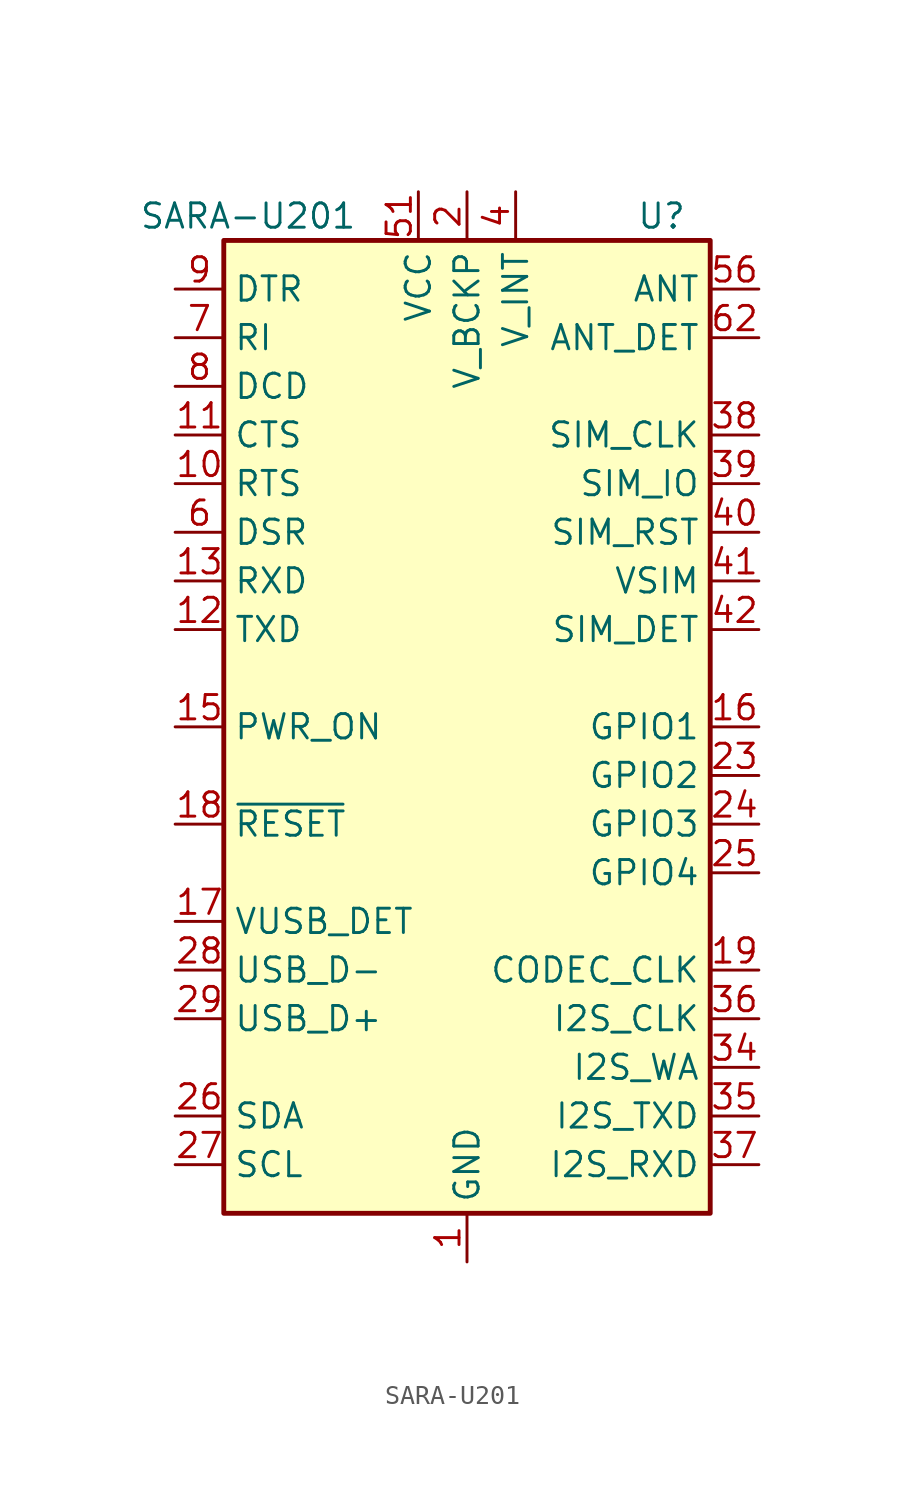
<source format=kicad_sym>
(kicad_symbol_lib
  (version 20201005)
  (generator kicad_symbol_editor)
  (symbol "SARA-U201"
    (property "Reference" "U"
      (at 10.16 26.67 0)
      (effects (font (size 1.27 1.27))))
    (property "Value" "SARA-U201"
      (at -11.43 26.67 0)
      (effects (font (size 1.27 1.27))))
    (symbol "SARA-U201_0_1"
      (rectangle (start -12.7 25.4) (end 12.7 -25.4) (stroke (width 0.254)) (fill (type background))))
    (symbol "SARA-U201_1_1"
      (pin power_in line (at 0 -27.94 90) (length 2.54) (name "GND" (effects (font (size 1.27 1.27)))) (number "1" (effects (font (size 1.27 1.27)))))
      (pin input line (at -15.24 12.7 0) (length 2.54) (name "RTS" (effects (font (size 1.27 1.27)))) (number "10" (effects (font (size 1.27 1.27)))))
      (pin output line (at -15.24 15.24 0) (length 2.54) (name "CTS" (effects (font (size 1.27 1.27)))) (number "11" (effects (font (size 1.27 1.27)))))
      (pin input line (at -15.24 5.08 0) (length 2.54) (name "TXD" (effects (font (size 1.27 1.27)))) (number "12" (effects (font (size 1.27 1.27)))))
      (pin output line (at -15.24 7.62 0) (length 2.54) (name "RXD" (effects (font (size 1.27 1.27)))) (number "13" (effects (font (size 1.27 1.27)))))
      (pin passive line (at 0 -27.94 90) (length 2.54) hide (name "GND" (effects (font (size 1.27 1.27)))) (number "14" (effects (font (size 1.27 1.27)))))
      (pin input line (at -15.24 0 0) (length 2.54) (name "PWR_ON" (effects (font (size 1.27 1.27)))) (number "15" (effects (font (size 1.27 1.27)))))
      (pin bidirectional line (at 15.24 0 180) (length 2.54) (name "GPIO1" (effects (font (size 1.27 1.27)))) (number "16" (effects (font (size 1.27 1.27)))))
      (pin input line (at -15.24 -10.16 0) (length 2.54) (name "VUSB_DET" (effects (font (size 1.27 1.27)))) (number "17" (effects (font (size 1.27 1.27)))))
      (pin input line (at -15.24 -5.08 0) (length 2.54) (name "~RESET" (effects (font (size 1.27 1.27)))) (number "18" (effects (font (size 1.27 1.27)))))
      (pin output line (at 15.24 -12.7 180) (length 2.54) (name "CODEC_CLK" (effects (font (size 1.27 1.27)))) (number "19" (effects (font (size 1.27 1.27)))))
      (pin power_out line (at 0 27.94 270) (length 2.54) (name "V_BCKP" (effects (font (size 1.27 1.27)))) (number "2" (effects (font (size 1.27 1.27)))))
      (pin passive line (at 0 -27.94 90) (length 2.54) hide (name "GND" (effects (font (size 1.27 1.27)))) (number "20" (effects (font (size 1.27 1.27)))))
      (pin passive line (at 0 -27.94 90) (length 2.54) hide (name "GND" (effects (font (size 1.27 1.27)))) (number "21" (effects (font (size 1.27 1.27)))))
      (pin passive line (at 0 -27.94 90) (length 2.54) hide (name "GND" (effects (font (size 1.27 1.27)))) (number "22" (effects (font (size 1.27 1.27)))))
      (pin bidirectional line (at 15.24 -2.54 180) (length 2.54) (name "GPIO2" (effects (font (size 1.27 1.27)))) (number "23" (effects (font (size 1.27 1.27)))))
      (pin bidirectional line (at 15.24 -5.08 180) (length 2.54) (name "GPIO3" (effects (font (size 1.27 1.27)))) (number "24" (effects (font (size 1.27 1.27)))))
      (pin bidirectional line (at 15.24 -7.62 180) (length 2.54) (name "GPIO4" (effects (font (size 1.27 1.27)))) (number "25" (effects (font (size 1.27 1.27)))))
      (pin bidirectional line (at -15.24 -20.32 0) (length 2.54) (name "SDA" (effects (font (size 1.27 1.27)))) (number "26" (effects (font (size 1.27 1.27)))))
      (pin output line (at -15.24 -22.86 0) (length 2.54) (name "SCL" (effects (font (size 1.27 1.27)))) (number "27" (effects (font (size 1.27 1.27)))))
      (pin bidirectional line (at -15.24 -12.7 0) (length 2.54) (name "USB_D-" (effects (font (size 1.27 1.27)))) (number "28" (effects (font (size 1.27 1.27)))))
      (pin bidirectional line (at -15.24 -15.24 0) (length 2.54) (name "USB_D+" (effects (font (size 1.27 1.27)))) (number "29" (effects (font (size 1.27 1.27)))))
      (pin passive line (at 0 -27.94 90) (length 2.54) hide (name "GND" (effects (font (size 1.27 1.27)))) (number "3" (effects (font (size 1.27 1.27)))))
      (pin passive line (at 0 -27.94 90) (length 2.54) hide (name "GND" (effects (font (size 1.27 1.27)))) (number "30" (effects (font (size 1.27 1.27)))))
      (pin no_connect line (at -12.7 2.54 0) (length 2.54) hide (name "RSVD" (effects (font (size 1.27 1.27)))) (number "31" (effects (font (size 1.27 1.27)))))
      (pin passive line (at 0 -27.94 90) (length 2.54) hide (name "GND" (effects (font (size 1.27 1.27)))) (number "32" (effects (font (size 1.27 1.27)))))
      (pin no_connect line (at -12.7 -2.54 0) (length 2.54) hide (name "RSVD" (effects (font (size 1.27 1.27)))) (number "33" (effects (font (size 1.27 1.27)))))
      (pin bidirectional line (at 15.24 -17.78 180) (length 2.54) (name "I2S_WA" (effects (font (size 1.27 1.27)))) (number "34" (effects (font (size 1.27 1.27)))))
      (pin output line (at 15.24 -20.32 180) (length 2.54) (name "I2S_TXD" (effects (font (size 1.27 1.27)))) (number "35" (effects (font (size 1.27 1.27)))))
      (pin output line (at 15.24 -15.24 180) (length 2.54) (name "I2S_CLK" (effects (font (size 1.27 1.27)))) (number "36" (effects (font (size 1.27 1.27)))))
      (pin input line (at 15.24 -22.86 180) (length 2.54) (name "I2S_RXD" (effects (font (size 1.27 1.27)))) (number "37" (effects (font (size 1.27 1.27)))))
      (pin output line (at 15.24 15.24 180) (length 2.54) (name "SIM_CLK" (effects (font (size 1.27 1.27)))) (number "38" (effects (font (size 1.27 1.27)))))
      (pin bidirectional line (at 15.24 12.7 180) (length 2.54) (name "SIM_IO" (effects (font (size 1.27 1.27)))) (number "39" (effects (font (size 1.27 1.27)))))
      (pin power_out line (at 2.54 27.94 270) (length 2.54) (name "V_INT" (effects (font (size 1.27 1.27)))) (number "4" (effects (font (size 1.27 1.27)))))
      (pin output line (at 15.24 10.16 180) (length 2.54) (name "SIM_RST" (effects (font (size 1.27 1.27)))) (number "40" (effects (font (size 1.27 1.27)))))
      (pin power_out line (at 15.24 7.62 180) (length 2.54) (name "VSIM" (effects (font (size 1.27 1.27)))) (number "41" (effects (font (size 1.27 1.27)))))
      (pin input line (at 15.24 5.08 180) (length 2.54) (name "SIM_DET" (effects (font (size 1.27 1.27)))) (number "42" (effects (font (size 1.27 1.27)))))
      (pin passive line (at 0 -27.94 90) (length 2.54) hide (name "GND" (effects (font (size 1.27 1.27)))) (number "43" (effects (font (size 1.27 1.27)))))
      (pin no_connect line (at -12.7 -7.62 0) (length 2.54) hide (name "RSVD" (effects (font (size 1.27 1.27)))) (number "44" (effects (font (size 1.27 1.27)))))
      (pin no_connect line (at -12.7 -17.78 0) (length 2.54) hide (name "RSVD" (effects (font (size 1.27 1.27)))) (number "45" (effects (font (size 1.27 1.27)))))
      (pin no_connect line (at -2.54 -25.4 90) (length 2.54) hide (name "RSVD" (effects (font (size 1.27 1.27)))) (number "46" (effects (font (size 1.27 1.27)))))
      (pin no_connect line (at 12.7 -10.16 180) (length 2.54) hide (name "RSVD" (effects (font (size 1.27 1.27)))) (number "47" (effects (font (size 1.27 1.27)))))
      (pin no_connect line (at 12.7 2.54 180) (length 2.54) hide (name "RSVD" (effects (font (size 1.27 1.27)))) (number "48" (effects (font (size 1.27 1.27)))))
      (pin no_connect line (at 12.7 17.78 180) (length 2.54) hide (name "RSVD" (effects (font (size 1.27 1.27)))) (number "49" (effects (font (size 1.27 1.27)))))
      (pin passive line (at 0 -27.94 90) (length 2.54) hide (name "GND" (effects (font (size 1.27 1.27)))) (number "5" (effects (font (size 1.27 1.27)))))
      (pin passive line (at 0 -27.94 90) (length 2.54) hide (name "GND" (effects (font (size 1.27 1.27)))) (number "50" (effects (font (size 1.27 1.27)))))
      (pin power_in line (at -2.54 27.94 270) (length 2.54) (name "VCC" (effects (font (size 1.27 1.27)))) (number "51" (effects (font (size 1.27 1.27)))))
      (pin passive line (at -2.54 27.94 270) (length 2.54) hide (name "VCC" (effects (font (size 1.27 1.27)))) (number "52" (effects (font (size 1.27 1.27)))))
      (pin passive line (at -2.54 27.94 270) (length 2.54) hide (name "VCC" (effects (font (size 1.27 1.27)))) (number "53" (effects (font (size 1.27 1.27)))))
      (pin passive line (at 0 -27.94 90) (length 2.54) hide (name "GND" (effects (font (size 1.27 1.27)))) (number "54" (effects (font (size 1.27 1.27)))))
      (pin passive line (at 0 -27.94 90) (length 2.54) hide (name "GND" (effects (font (size 1.27 1.27)))) (number "55" (effects (font (size 1.27 1.27)))))
      (pin passive line (at 15.24 22.86 180) (length 2.54) (name "ANT" (effects (font (size 1.27 1.27)))) (number "56" (effects (font (size 1.27 1.27)))))
      (pin passive line (at 0 -27.94 90) (length 2.54) hide (name "GND" (effects (font (size 1.27 1.27)))) (number "57" (effects (font (size 1.27 1.27)))))
      (pin passive line (at 0 -27.94 90) (length 2.54) hide (name "GND" (effects (font (size 1.27 1.27)))) (number "58" (effects (font (size 1.27 1.27)))))
      (pin passive line (at 0 -27.94 90) (length 2.54) hide (name "GND" (effects (font (size 1.27 1.27)))) (number "59" (effects (font (size 1.27 1.27)))))
      (pin output line (at -15.24 10.16 0) (length 2.54) (name "DSR" (effects (font (size 1.27 1.27)))) (number "6" (effects (font (size 1.27 1.27)))))
      (pin passive line (at 0 -27.94 90) (length 2.54) hide (name "GND" (effects (font (size 1.27 1.27)))) (number "60" (effects (font (size 1.27 1.27)))))
      (pin passive line (at 0 -27.94 90) (length 2.54) hide (name "GND" (effects (font (size 1.27 1.27)))) (number "61" (effects (font (size 1.27 1.27)))))
      (pin input line (at 15.24 20.32 180) (length 2.54) (name "ANT_DET" (effects (font (size 1.27 1.27)))) (number "62" (effects (font (size 1.27 1.27)))))
      (pin passive line (at 0 -27.94 90) (length 2.54) hide (name "GND" (effects (font (size 1.27 1.27)))) (number "63" (effects (font (size 1.27 1.27)))))
      (pin passive line (at 0 -27.94 90) (length 2.54) hide (name "GND" (effects (font (size 1.27 1.27)))) (number "64" (effects (font (size 1.27 1.27)))))
      (pin passive line (at 0 -27.94 90) (length 2.54) hide (name "GND" (effects (font (size 1.27 1.27)))) (number "65" (effects (font (size 1.27 1.27)))))
      (pin passive line (at 0 -27.94 90) (length 2.54) hide (name "GND" (effects (font (size 1.27 1.27)))) (number "66" (effects (font (size 1.27 1.27)))))
      (pin passive line (at 0 -27.94 90) (length 2.54) hide (name "GND" (effects (font (size 1.27 1.27)))) (number "67" (effects (font (size 1.27 1.27)))))
      (pin passive line (at 0 -27.94 90) (length 2.54) hide (name "GND" (effects (font (size 1.27 1.27)))) (number "68" (effects (font (size 1.27 1.27)))))
      (pin passive line (at 0 -27.94 90) (length 2.54) hide (name "GND" (effects (font (size 1.27 1.27)))) (number "69" (effects (font (size 1.27 1.27)))))
      (pin output line (at -15.24 20.32 0) (length 2.54) (name "RI" (effects (font (size 1.27 1.27)))) (number "7" (effects (font (size 1.27 1.27)))))
      (pin passive line (at 0 -27.94 90) (length 2.54) hide (name "GND" (effects (font (size 1.27 1.27)))) (number "70" (effects (font (size 1.27 1.27)))))
      (pin passive line (at 0 -27.94 90) (length 2.54) hide (name "GND" (effects (font (size 1.27 1.27)))) (number "71" (effects (font (size 1.27 1.27)))))
      (pin passive line (at 0 -27.94 90) (length 2.54) hide (name "GND" (effects (font (size 1.27 1.27)))) (number "72" (effects (font (size 1.27 1.27)))))
      (pin passive line (at 0 -27.94 90) (length 2.54) hide (name "GND" (effects (font (size 1.27 1.27)))) (number "73" (effects (font (size 1.27 1.27)))))
      (pin passive line (at 0 -27.94 90) (length 2.54) hide (name "GND" (effects (font (size 1.27 1.27)))) (number "74" (effects (font (size 1.27 1.27)))))
      (pin passive line (at 0 -27.94 90) (length 2.54) hide (name "GND" (effects (font (size 1.27 1.27)))) (number "75" (effects (font (size 1.27 1.27)))))
      (pin passive line (at 0 -27.94 90) (length 2.54) hide (name "GND" (effects (font (size 1.27 1.27)))) (number "76" (effects (font (size 1.27 1.27)))))
      (pin passive line (at 0 -27.94 90) (length 2.54) hide (name "GND" (effects (font (size 1.27 1.27)))) (number "77" (effects (font (size 1.27 1.27)))))
      (pin passive line (at 0 -27.94 90) (length 2.54) hide (name "GND" (effects (font (size 1.27 1.27)))) (number "78" (effects (font (size 1.27 1.27)))))
      (pin passive line (at 0 -27.94 90) (length 2.54) hide (name "GND" (effects (font (size 1.27 1.27)))) (number "79" (effects (font (size 1.27 1.27)))))
      (pin output line (at -15.24 17.78 0) (length 2.54) (name "DCD" (effects (font (size 1.27 1.27)))) (number "8" (effects (font (size 1.27 1.27)))))
      (pin passive line (at 0 -27.94 90) (length 2.54) hide (name "GND" (effects (font (size 1.27 1.27)))) (number "80" (effects (font (size 1.27 1.27)))))
      (pin passive line (at 0 -27.94 90) (length 2.54) hide (name "GND" (effects (font (size 1.27 1.27)))) (number "81" (effects (font (size 1.27 1.27)))))
      (pin passive line (at 0 -27.94 90) (length 2.54) hide (name "GND" (effects (font (size 1.27 1.27)))) (number "82" (effects (font (size 1.27 1.27)))))
      (pin passive line (at 0 -27.94 90) (length 2.54) hide (name "GND" (effects (font (size 1.27 1.27)))) (number "83" (effects (font (size 1.27 1.27)))))
      (pin passive line (at 0 -27.94 90) (length 2.54) hide (name "GND" (effects (font (size 1.27 1.27)))) (number "84" (effects (font (size 1.27 1.27)))))
      (pin passive line (at 0 -27.94 90) (length 2.54) hide (name "GND" (effects (font (size 1.27 1.27)))) (number "85" (effects (font (size 1.27 1.27)))))
      (pin passive line (at 0 -27.94 90) (length 2.54) hide (name "GND" (effects (font (size 1.27 1.27)))) (number "86" (effects (font (size 1.27 1.27)))))
      (pin passive line (at 0 -27.94 90) (length 2.54) hide (name "GND" (effects (font (size 1.27 1.27)))) (number "87" (effects (font (size 1.27 1.27)))))
      (pin passive line (at 0 -27.94 90) (length 2.54) hide (name "GND" (effects (font (size 1.27 1.27)))) (number "88" (effects (font (size 1.27 1.27)))))
      (pin passive line (at 0 -27.94 90) (length 2.54) hide (name "GND" (effects (font (size 1.27 1.27)))) (number "89" (effects (font (size 1.27 1.27)))))
      (pin input line (at -15.24 22.86 0) (length 2.54) (name "DTR" (effects (font (size 1.27 1.27)))) (number "9" (effects (font (size 1.27 1.27)))))
      (pin passive line (at 0 -27.94 90) (length 2.54) hide (name "GND" (effects (font (size 1.27 1.27)))) (number "90" (effects (font (size 1.27 1.27)))))
      (pin passive line (at 0 -27.94 90) (length 2.54) hide (name "GND" (effects (font (size 1.27 1.27)))) (number "91" (effects (font (size 1.27 1.27)))))
      (pin passive line (at 0 -27.94 90) (length 2.54) hide (name "GND" (effects (font (size 1.27 1.27)))) (number "92" (effects (font (size 1.27 1.27)))))
      (pin passive line (at 0 -27.94 90) (length 2.54) hide (name "GND" (effects (font (size 1.27 1.27)))) (number "93" (effects (font (size 1.27 1.27)))))
      (pin passive line (at 0 -27.94 90) (length 2.54) hide (name "GND" (effects (font (size 1.27 1.27)))) (number "94" (effects (font (size 1.27 1.27)))))
      (pin passive line (at 0 -27.94 90) (length 2.54) hide (name "GND" (effects (font (size 1.27 1.27)))) (number "95" (effects (font (size 1.27 1.27)))))
      (pin passive line (at 0 -27.94 90) (length 2.54) hide (name "GND" (effects (font (size 1.27 1.27)))) (number "96" (effects (font (size 1.27 1.27))))))))
</source>
